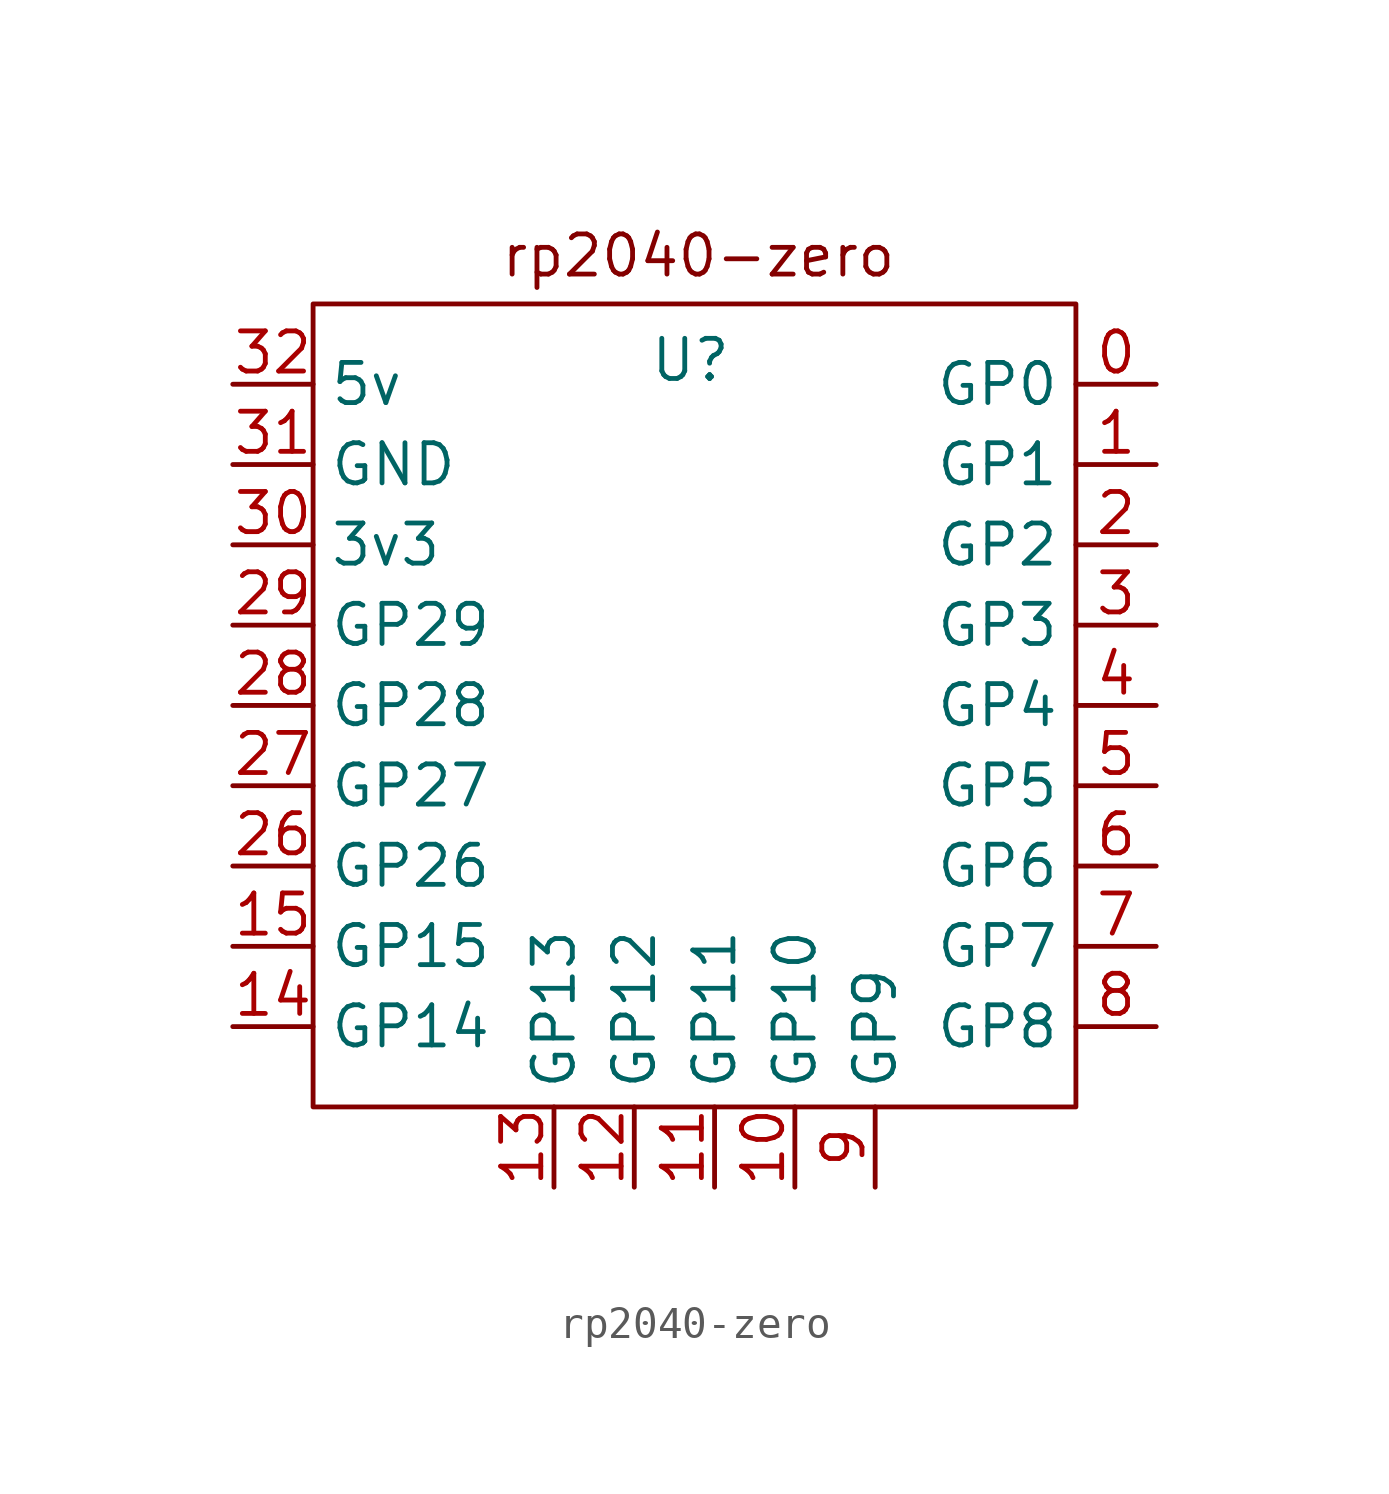
<source format=kicad_sym>
(kicad_symbol_lib
  (version 20231120)
  (generator "kicad_symbol_editor")
  (generator_version "8.0")
  (symbol "rp2040-zero"
    (property "Reference" "U"
      (at -17.272 0.762 0)
      (effects (font (size 1.27 1.27))))
    (property "Value" ""
      (at -2.54 0 0)
      (effects (font (size 1.27 1.27))))
    (symbol "rp2040-zero_0_0"
      (pin bidirectional line (at -2.54 0 180) (length 2.54) (name "GP0" (effects (font (size 1.27 1.27)))) (number "0" (effects (font (size 1.27 1.27)))))
      (pin bidirectional line (at -2.54 -2.54 180) (length 2.54) (name "GP1" (effects (font (size 1.27 1.27)))) (number "1" (effects (font (size 1.27 1.27)))))
      (pin bidirectional line (at -13.97 -25.4 90) (length 2.54) (name "GP10" (effects (font (size 1.27 1.27)))) (number "10" (effects (font (size 1.27 1.27)))))
      (pin bidirectional line (at -16.51 -25.4 90) (length 2.54) (name "GP11" (effects (font (size 1.27 1.27)))) (number "11" (effects (font (size 1.27 1.27)))))
      (pin bidirectional line (at -19.05 -25.4 90) (length 2.54) (name "GP12" (effects (font (size 1.27 1.27)))) (number "12" (effects (font (size 1.27 1.27)))))
      (pin bidirectional line (at -21.59 -25.4 90) (length 2.54) (name "GP13" (effects (font (size 1.27 1.27)))) (number "13" (effects (font (size 1.27 1.27)))))
      (pin bidirectional line (at -31.75 -20.32 0) (length 2.54) (name "GP14" (effects (font (size 1.27 1.27)))) (number "14" (effects (font (size 1.27 1.27)))))
      (pin bidirectional line (at -31.75 -17.78 0) (length 2.54) (name "GP15" (effects (font (size 1.27 1.27)))) (number "15" (effects (font (size 1.27 1.27)))))
      (pin bidirectional line (at -2.54 -5.08 180) (length 2.54) (name "GP2" (effects (font (size 1.27 1.27)))) (number "2" (effects (font (size 1.27 1.27)))))
      (pin bidirectional line (at -31.75 -15.24 0) (length 2.54) (name "GP26" (effects (font (size 1.27 1.27)))) (number "26" (effects (font (size 1.27 1.27)))))
      (pin bidirectional line (at -31.75 -12.7 0) (length 2.54) (name "GP27" (effects (font (size 1.27 1.27)))) (number "27" (effects (font (size 1.27 1.27)))))
      (pin bidirectional line (at -31.75 -10.16 0) (length 2.54) (name "GP28" (effects (font (size 1.27 1.27)))) (number "28" (effects (font (size 1.27 1.27)))))
      (pin bidirectional line (at -31.75 -7.62 0) (length 2.54) (name "GP29" (effects (font (size 1.27 1.27)))) (number "29" (effects (font (size 1.27 1.27)))))
      (pin bidirectional line (at -2.54 -7.62 180) (length 2.54) (name "GP3" (effects (font (size 1.27 1.27)))) (number "3" (effects (font (size 1.27 1.27)))))
      (pin power_out line (at -31.75 -5.08 0) (length 2.54) (name "3v3" (effects (font (size 1.27 1.27)))) (number "30" (effects (font (size 1.27 1.27)))))
      (pin input line (at -31.75 -2.54 0) (length 2.54) (name "GND" (effects (font (size 1.27 1.27)))) (number "31" (effects (font (size 1.27 1.27)))))
      (pin power_out line (at -31.75 0 0) (length 2.54) (name "5v" (effects (font (size 1.27 1.27)))) (number "32" (effects (font (size 1.27 1.27)))))
      (pin bidirectional line (at -2.54 -10.16 180) (length 2.54) (name "GP4" (effects (font (size 1.27 1.27)))) (number "4" (effects (font (size 1.27 1.27)))))
      (pin bidirectional line (at -2.54 -12.7 180) (length 2.54) (name "GP5" (effects (font (size 1.27 1.27)))) (number "5" (effects (font (size 1.27 1.27)))))
      (pin bidirectional line (at -2.54 -15.24 180) (length 2.54) (name "GP6" (effects (font (size 1.27 1.27)))) (number "6" (effects (font (size 1.27 1.27)))))
      (pin bidirectional line (at -2.54 -17.78 180) (length 2.54) (name "GP7" (effects (font (size 1.27 1.27)))) (number "7" (effects (font (size 1.27 1.27)))))
      (pin bidirectional line (at -2.54 -20.32 180) (length 2.54) (name "GP8" (effects (font (size 1.27 1.27)))) (number "8" (effects (font (size 1.27 1.27)))))
      (pin bidirectional line (at -11.43 -25.4 90) (length 2.54) (name "GP9" (effects (font (size 1.27 1.27)))) (number "9" (effects (font (size 1.27 1.27))))))
    (symbol "rp2040-zero_0_1"
      (rectangle (start -29.21 2.54) (end -5.08 -22.86) (stroke (width 0) (type default)) (fill (type none))))
    (symbol "rp2040-zero_1_1"
      (text "rp2040-zero" (at -17.018 4.064 0) (effects (font (size 1.27 1.27)))))))
</source>
